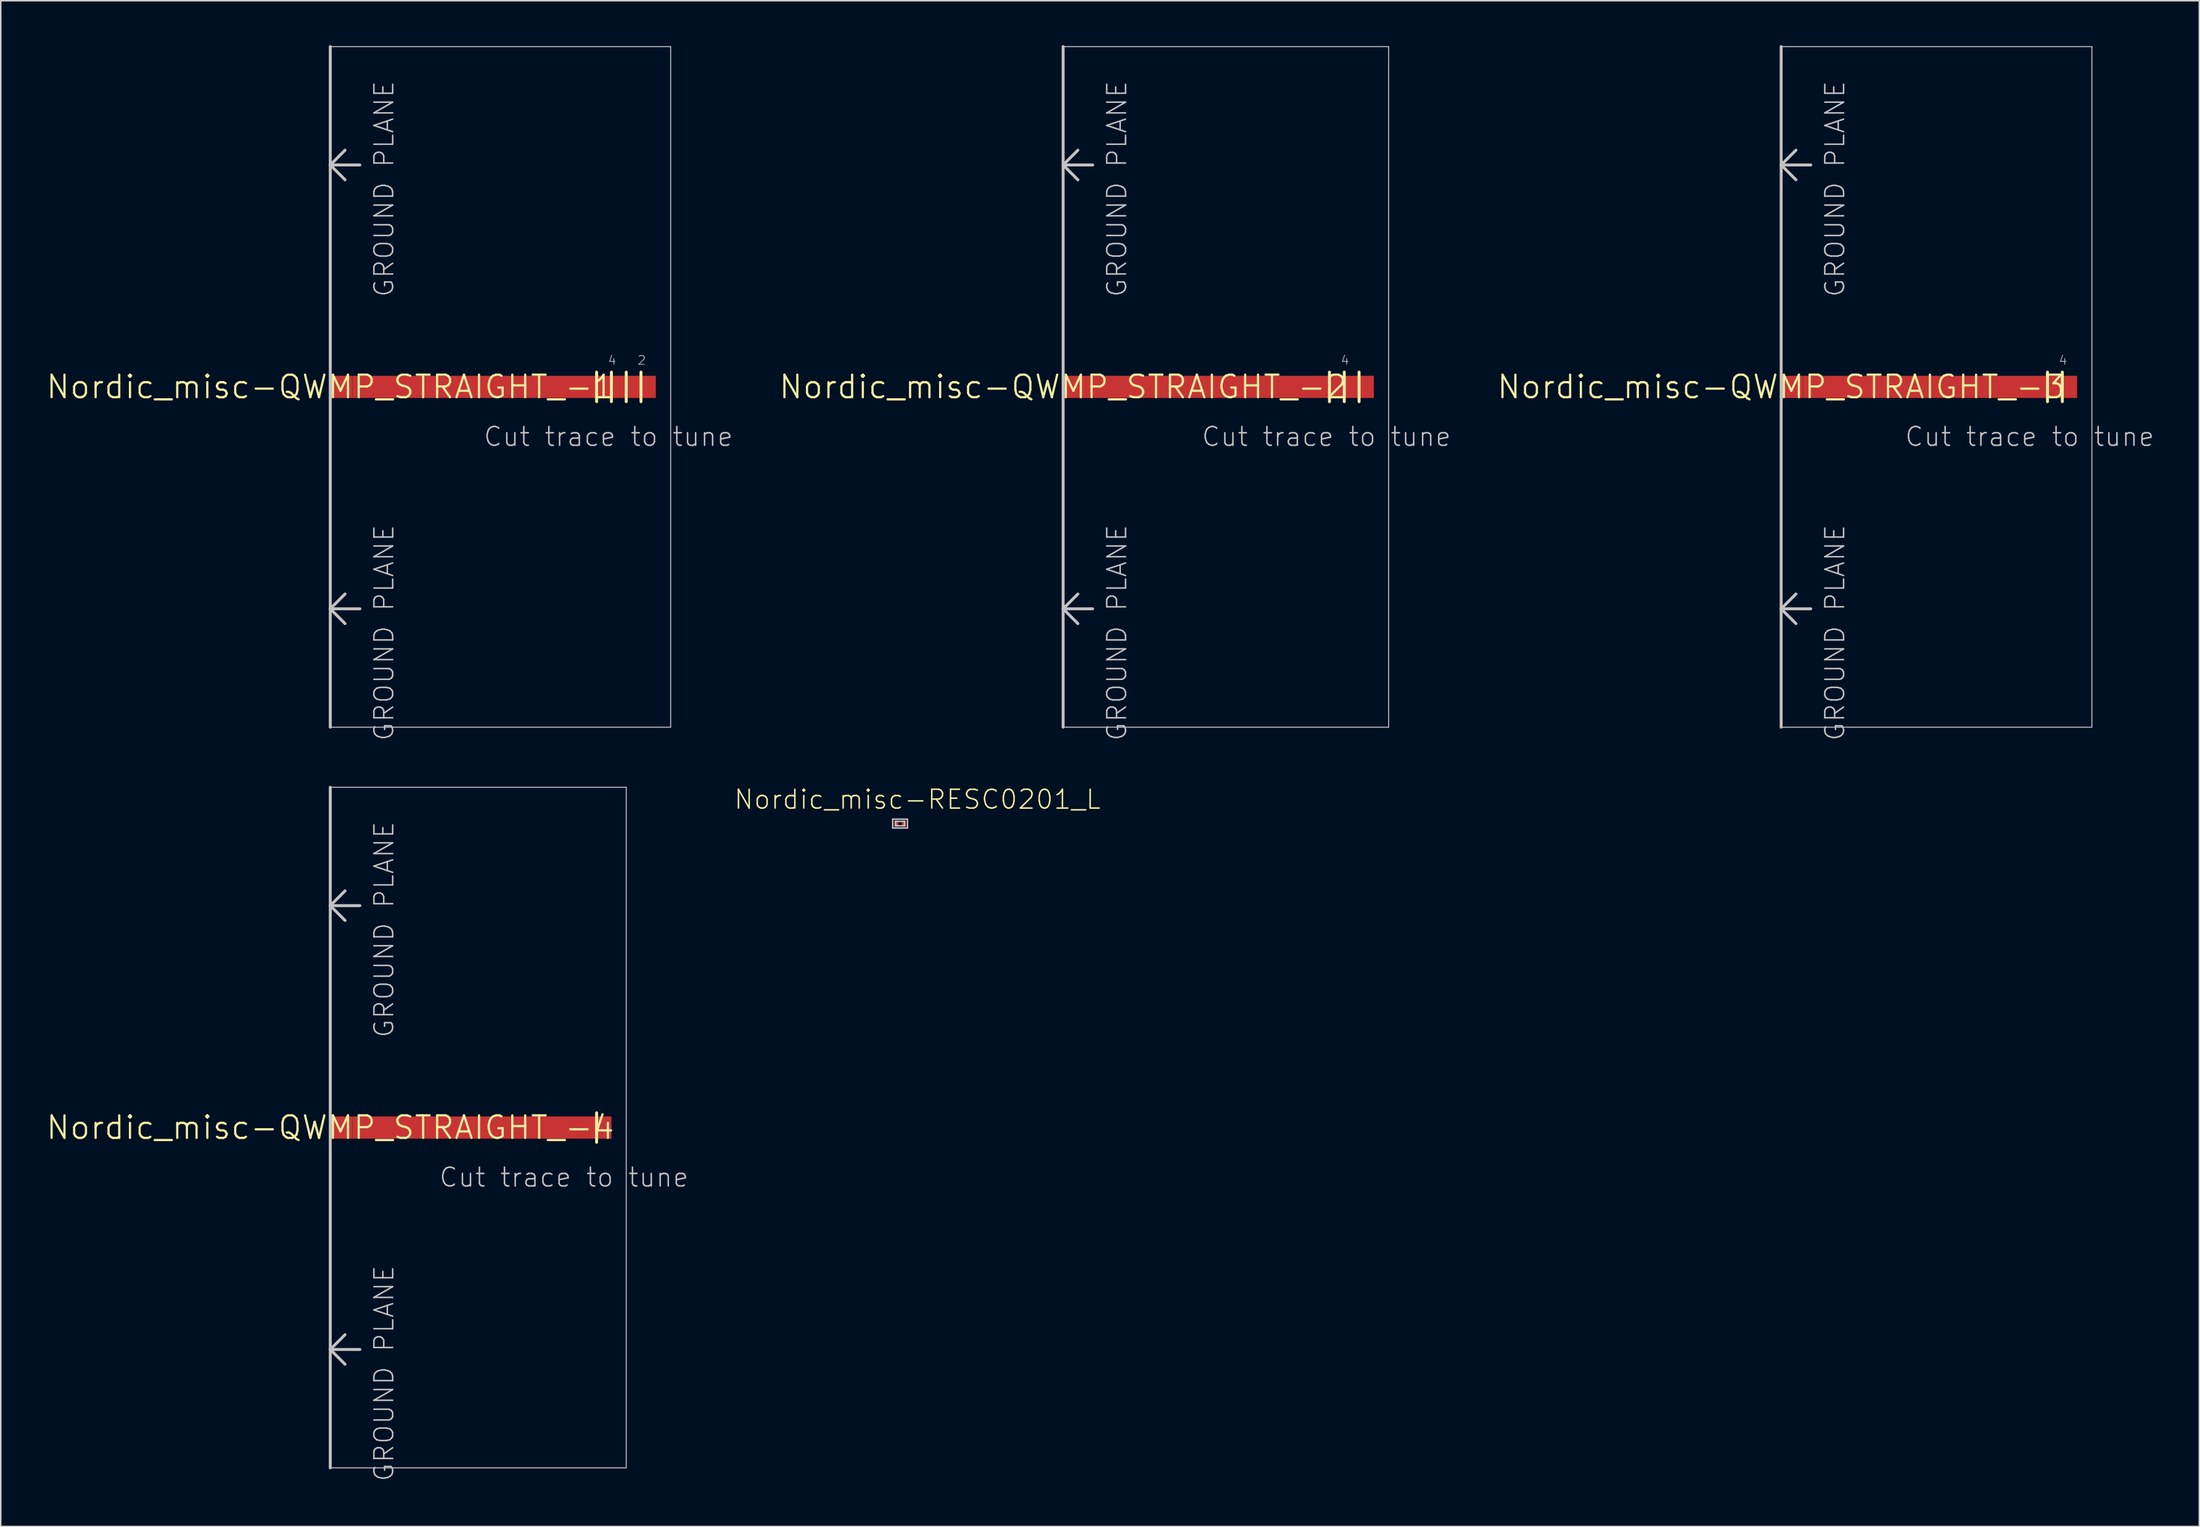
<source format=kicad_pcb>
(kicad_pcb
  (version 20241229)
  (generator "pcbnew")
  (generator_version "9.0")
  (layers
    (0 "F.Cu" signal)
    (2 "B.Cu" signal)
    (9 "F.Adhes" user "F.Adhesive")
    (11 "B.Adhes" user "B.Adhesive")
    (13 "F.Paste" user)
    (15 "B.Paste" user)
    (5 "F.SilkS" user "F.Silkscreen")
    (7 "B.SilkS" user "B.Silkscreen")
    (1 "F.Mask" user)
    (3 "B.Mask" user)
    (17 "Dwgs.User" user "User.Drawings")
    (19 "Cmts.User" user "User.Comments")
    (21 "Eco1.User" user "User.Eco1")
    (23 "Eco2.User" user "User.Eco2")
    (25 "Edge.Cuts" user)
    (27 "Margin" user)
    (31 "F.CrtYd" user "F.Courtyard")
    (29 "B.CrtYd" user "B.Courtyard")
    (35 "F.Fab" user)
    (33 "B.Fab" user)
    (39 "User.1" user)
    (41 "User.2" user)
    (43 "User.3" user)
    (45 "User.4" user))
  (footprint "Nordic_misc-QWMP_STRAIGHT_-4"
    (layer "F.Cu")
    (at 19.268 73.16)
    (property "Reference" "Nordic_misc-QWMP_STRAIGHT_-4" (at 0 0 0) (layer "F.SilkS") (effects (font (size 1.524 1.524) (thickness 0.15))))
    (attr smd)
    (fp_poly (pts (xy 1.499 0.749) (xy 18.999 0.749) (xy 18.999 -0.749) (xy 1.499 -0.749) (xy 1.499 0.749)) (stroke (width 0) (type solid)) (fill yes) (layer "F.Cu"))
    (fp_line (start 17.998 -0.998) (end 17.998 0.998) (stroke (width 0.198) (type solid)) (layer "F.SilkS"))
    (fp_line (start 0 -23) (end 20 -23) (stroke (width 0.066) (type solid)) (layer "Dwgs.User"))
    (fp_line (start 0 -14.999) (end 0 -23) (stroke (width 0.198) (type solid)) (layer "Dwgs.User"))
    (fp_line (start 0 -14.999) (end 0.998 -15.999) (stroke (width 0.198) (type solid)) (layer "Dwgs.User"))
    (fp_line (start 0 -14.999) (end 0.998 -13.998) (stroke (width 0.198) (type solid)) (layer "Dwgs.User"))
    (fp_line (start 0 -14.999) (end 1.999 -14.999) (stroke (width 0.198) (type solid)) (layer "Dwgs.User"))
    (fp_line (start 0 14.999) (end 0 -14.999) (stroke (width 0.198) (type solid)) (layer "Dwgs.User"))
    (fp_line (start 0 14.999) (end 0.998 13.998) (stroke (width 0.198) (type solid)) (layer "Dwgs.User"))
    (fp_line (start 0 14.999) (end 0.998 15.999) (stroke (width 0.198) (type solid)) (layer "Dwgs.User"))
    (fp_line (start 0 14.999) (end 1.999 14.999) (stroke (width 0.198) (type solid)) (layer "Dwgs.User"))
    (fp_line (start 0 23) (end 0 -23) (stroke (width 0.066) (type solid)) (layer "Dwgs.User"))
    (fp_line (start 0 23) (end 0 14.999) (stroke (width 0.198) (type solid)) (layer "Dwgs.User"))
    (fp_line (start 0 23) (end 20 23) (stroke (width 0.066) (type solid)) (layer "Dwgs.User"))
    (fp_line (start 20 23) (end 20 -23) (stroke (width 0.066) (type solid)) (layer "Dwgs.User"))
    (fp_text user "GROUND PLANE" (at 3.635 -13.378 270) (layer "Dwgs.User") (effects (font (size 1.27 1.27) (thickness 0.102))))
    (fp_text user "Cut trace to tune" (at 15.794 3.363 0) (layer "Dwgs.User") (effects (font (size 1.27 1.27) (thickness 0.102))))
    (fp_text user "GROUND PLANE" (at 3.635 16.619 270) (layer "Dwgs.User") (effects (font (size 1.27 1.27) (thickness 0.102))))
    (pad "P$1" smd rect (at 0.749 0) (size 1.499 1.499) (layers "F.Cu" "F.Mask" "F.Paste")))
  (footprint "Nordic_misc-QWMP_STRAIGHT_-2"
    (layer "F.Cu")
    (at 68.791 23.099)
    (property "Reference" "Nordic_misc-QWMP_STRAIGHT_-2" (at 0 0 0) (layer "F.SilkS") (effects (font (size 1.524 1.524) (thickness 0.15))))
    (attr smd)
    (fp_poly (pts (xy 1.499 0.749) (xy 20.998 0.749) (xy 20.998 -0.749) (xy 1.499 -0.749) (xy 1.499 0.749)) (stroke (width 0) (type solid)) (fill yes) (layer "F.Cu"))
    (fp_line (start 17.998 -0.998) (end 17.998 0.998) (stroke (width 0.198) (type solid)) (layer "F.SilkS"))
    (fp_line (start 18.999 -0.998) (end 18.999 0.998) (stroke (width 0.198) (type solid)) (layer "F.SilkS"))
    (fp_line (start 20 -0.998) (end 20 0.998) (stroke (width 0.198) (type solid)) (layer "F.SilkS"))
    (fp_line (start 0 -23) (end 21.999 -23) (stroke (width 0.066) (type solid)) (layer "Dwgs.User"))
    (fp_line (start 0 -14.999) (end 0 -23) (stroke (width 0.198) (type solid)) (layer "Dwgs.User"))
    (fp_line (start 0 -14.999) (end 0.998 -15.999) (stroke (width 0.198) (type solid)) (layer "Dwgs.User"))
    (fp_line (start 0 -14.999) (end 0.998 -13.998) (stroke (width 0.198) (type solid)) (layer "Dwgs.User"))
    (fp_line (start 0 -14.999) (end 1.999 -14.999) (stroke (width 0.198) (type solid)) (layer "Dwgs.User"))
    (fp_line (start 0 14.999) (end 0 -14.999) (stroke (width 0.198) (type solid)) (layer "Dwgs.User"))
    (fp_line (start 0 14.999) (end 0.998 13.998) (stroke (width 0.198) (type solid)) (layer "Dwgs.User"))
    (fp_line (start 0 14.999) (end 0.998 15.999) (stroke (width 0.198) (type solid)) (layer "Dwgs.User"))
    (fp_line (start 0 14.999) (end 1.999 14.999) (stroke (width 0.198) (type solid)) (layer "Dwgs.User"))
    (fp_line (start 0 23) (end 0 -23) (stroke (width 0.066) (type solid)) (layer "Dwgs.User"))
    (fp_line (start 0 23) (end 0 14.999) (stroke (width 0.198) (type solid)) (layer "Dwgs.User"))
    (fp_line (start 0 23) (end 21.999 23) (stroke (width 0.066) (type solid)) (layer "Dwgs.User"))
    (fp_line (start 21.999 23) (end 21.999 -23) (stroke (width 0.066) (type solid)) (layer "Dwgs.User"))
    (fp_text user "GROUND PLANE" (at 3.635 -13.378 270) (layer "Dwgs.User") (effects (font (size 1.27 1.27) (thickness 0.102))))
    (fp_text user "4" (at 19.05 -1.798 0) (layer "Dwgs.User") (effects (font (size 0.599 0.599) (thickness 0.051))))
    (fp_text user "GROUND PLANE" (at 3.635 16.619 270) (layer "Dwgs.User") (effects (font (size 1.27 1.27) (thickness 0.102))))
    (fp_text user "Cut trace to tune" (at 17.793 3.363 0) (layer "Dwgs.User") (effects (font (size 1.27 1.27) (thickness 0.102))))
    (pad "P$1" smd rect (at 0.749 0) (size 1.499 1.499) (layers "F.Cu" "F.Mask" "F.Paste")))
  (footprint "Nordic_misc-QWMP_STRAIGHT_-3"
    (layer "F.Cu")
    (at 117.313 23.099)
    (property "Reference" "Nordic_misc-QWMP_STRAIGHT_-3" (at 0 0 0) (layer "F.SilkS") (effects (font (size 1.524 1.524) (thickness 0.15))))
    (attr smd)
    (fp_poly (pts (xy 1.499 0.749) (xy 20 0.749) (xy 20 -0.749) (xy 1.499 -0.749) (xy 1.499 0.749)) (stroke (width 0) (type solid)) (fill yes) (layer "F.Cu"))
    (fp_line (start 17.998 -0.998) (end 17.998 0.998) (stroke (width 0.198) (type solid)) (layer "F.SilkS"))
    (fp_line (start 18.999 -0.998) (end 18.999 0.998) (stroke (width 0.198) (type solid)) (layer "F.SilkS"))
    (fp_line (start 0 -23) (end 20.998 -23) (stroke (width 0.066) (type solid)) (layer "Dwgs.User"))
    (fp_line (start 0 -14.999) (end 0 -23) (stroke (width 0.198) (type solid)) (layer "Dwgs.User"))
    (fp_line (start 0 -14.999) (end 0.998 -15.999) (stroke (width 0.198) (type solid)) (layer "Dwgs.User"))
    (fp_line (start 0 -14.999) (end 0.998 -13.998) (stroke (width 0.198) (type solid)) (layer "Dwgs.User"))
    (fp_line (start 0 -14.999) (end 1.999 -14.999) (stroke (width 0.198) (type solid)) (layer "Dwgs.User"))
    (fp_line (start 0 14.999) (end 0 -14.999) (stroke (width 0.198) (type solid)) (layer "Dwgs.User"))
    (fp_line (start 0 14.999) (end 0.998 13.998) (stroke (width 0.198) (type solid)) (layer "Dwgs.User"))
    (fp_line (start 0 14.999) (end 0.998 15.999) (stroke (width 0.198) (type solid)) (layer "Dwgs.User"))
    (fp_line (start 0 14.999) (end 1.999 14.999) (stroke (width 0.198) (type solid)) (layer "Dwgs.User"))
    (fp_line (start 0 23) (end 0 -23) (stroke (width 0.066) (type solid)) (layer "Dwgs.User"))
    (fp_line (start 0 23) (end 0 14.999) (stroke (width 0.198) (type solid)) (layer "Dwgs.User"))
    (fp_line (start 0 23) (end 20.998 23) (stroke (width 0.066) (type solid)) (layer "Dwgs.User"))
    (fp_line (start 20.998 23) (end 20.998 -23) (stroke (width 0.066) (type solid)) (layer "Dwgs.User"))
    (fp_text user "Cut trace to tune" (at 16.794 3.363 0) (layer "Dwgs.User") (effects (font (size 1.27 1.27) (thickness 0.102))))
    (fp_text user "GROUND PLANE" (at 3.635 16.619 270) (layer "Dwgs.User") (effects (font (size 1.27 1.27) (thickness 0.102))))
    (fp_text user "GROUND PLANE" (at 3.635 -13.378 270) (layer "Dwgs.User") (effects (font (size 1.27 1.27) (thickness 0.102))))
    (fp_text user "4" (at 19.05 -1.798 0) (layer "Dwgs.User") (effects (font (size 0.599 0.599) (thickness 0.051))))
    (pad "P$1" smd rect (at 0.749 0) (size 1.499 1.499) (layers "F.Cu" "F.Mask" "F.Paste")))
  (footprint "Nordic_misc-RESC0201_L"
    (layer "F.Cu")
    (at 57.773 52.615)
    (property "Reference" "Nordic_misc-RESC0201_L" (at 1.173 -1.633 0) (layer "F.SilkS") (effects (font (size 1.27 1.27) (thickness 0.102))))
    (attr smd)
    (fp_line (start -0.498 -0.3) (end -0.498 0.3) (stroke (width 0.099) (type solid)) (layer "Dwgs.User"))
    (fp_line (start -0.498 0.3) (end 0.498 0.3) (stroke (width 0.099) (type solid)) (layer "Dwgs.User"))
    (fp_line (start -0.3 -0.15) (end -0.3 0.15) (stroke (width 0.099) (type solid)) (layer "Dwgs.User"))
    (fp_line (start -0.3 0.15) (end 0.3 0.15) (stroke (width 0.099) (type solid)) (layer "Dwgs.User"))
    (fp_line (start 0.3 -0.15) (end -0.3 -0.15) (stroke (width 0.099) (type solid)) (layer "Dwgs.User"))
    (fp_line (start 0.3 0.15) (end 0.3 -0.15) (stroke (width 0.099) (type solid)) (layer "Dwgs.User"))
    (fp_line (start 0.498 -0.3) (end -0.498 -0.3) (stroke (width 0.099) (type solid)) (layer "Dwgs.User"))
    (fp_line (start 0.498 0.3) (end 0.498 -0.3) (stroke (width 0.099) (type solid)) (layer "Dwgs.User"))
    (pad "1" smd rect (at -0.254 0) (size 0.279 0.429) (layers "F.Cu" "F.Mask" "F.Paste"))
    (pad "2" smd rect (at 0.254 0) (size 0.279 0.429) (layers "F.Cu" "F.Mask" "F.Paste")))
  (footprint "Nordic_misc-QWMP_STRAIGHT_-1"
    (layer "F.Cu")
    (at 19.268 23.099)
    (property "Reference" "Nordic_misc-QWMP_STRAIGHT_-1" (at 0 0 0) (layer "F.SilkS") (effects (font (size 1.524 1.524) (thickness 0.15))))
    (attr smd)
    (fp_poly (pts (xy 1.499 0.749) (xy 21.999 0.749) (xy 21.999 -0.749) (xy 1.499 -0.749) (xy 1.499 0.749)) (stroke (width 0) (type solid)) (fill yes) (layer "F.Cu"))
    (fp_line (start 17.998 -0.998) (end 17.998 0.998) (stroke (width 0.198) (type solid)) (layer "F.SilkS"))
    (fp_line (start 18.999 -0.998) (end 18.999 0.998) (stroke (width 0.198) (type solid)) (layer "F.SilkS"))
    (fp_line (start 20 -0.998) (end 20 0.998) (stroke (width 0.198) (type solid)) (layer "F.SilkS"))
    (fp_line (start 20.998 -0.998) (end 20.998 0.998) (stroke (width 0.198) (type solid)) (layer "F.SilkS"))
    (fp_line (start 0 -23) (end 23 -23) (stroke (width 0.066) (type solid)) (layer "Dwgs.User"))
    (fp_line (start 0 -14.999) (end 0 -23) (stroke (width 0.198) (type solid)) (layer "Dwgs.User"))
    (fp_line (start 0 -14.999) (end 0.998 -15.999) (stroke (width 0.198) (type solid)) (layer "Dwgs.User"))
    (fp_line (start 0 -14.999) (end 0.998 -13.998) (stroke (width 0.198) (type solid)) (layer "Dwgs.User"))
    (fp_line (start 0 -14.999) (end 1.999 -14.999) (stroke (width 0.198) (type solid)) (layer "Dwgs.User"))
    (fp_line (start 0 14.999) (end 0 -14.999) (stroke (width 0.198) (type solid)) (layer "Dwgs.User"))
    (fp_line (start 0 14.999) (end 0.998 13.998) (stroke (width 0.198) (type solid)) (layer "Dwgs.User"))
    (fp_line (start 0 14.999) (end 0.998 15.999) (stroke (width 0.198) (type solid)) (layer "Dwgs.User"))
    (fp_line (start 0 14.999) (end 1.999 14.999) (stroke (width 0.198) (type solid)) (layer "Dwgs.User"))
    (fp_line (start 0 23) (end 0 -23) (stroke (width 0.066) (type solid)) (layer "Dwgs.User"))
    (fp_line (start 0 23) (end 0 14.999) (stroke (width 0.198) (type solid)) (layer "Dwgs.User"))
    (fp_line (start 0 23) (end 23 23) (stroke (width 0.066) (type solid)) (layer "Dwgs.User"))
    (fp_line (start 23 23) (end 23 -23) (stroke (width 0.066) (type solid)) (layer "Dwgs.User"))
    (fp_text user "Cut trace to tune" (at 18.793 3.363 0) (layer "Dwgs.User") (effects (font (size 1.27 1.27) (thickness 0.102))))
    (fp_text user "4" (at 19.05 -1.798 0) (layer "Dwgs.User") (effects (font (size 0.599 0.599) (thickness 0.051))))
    (fp_text user "2" (at 21.049 -1.798 0) (layer "Dwgs.User") (effects (font (size 0.599 0.599) (thickness 0.051))))
    (fp_text user "GROUND PLANE" (at 3.635 -13.378 270) (layer "Dwgs.User") (effects (font (size 1.27 1.27) (thickness 0.102))))
    (fp_text user "GROUND PLANE" (at 3.635 16.619 270) (layer "Dwgs.User") (effects (font (size 1.27 1.27) (thickness 0.102))))
    (pad "P$1" smd rect (at 0.749 0) (size 1.499 1.499) (layers "F.Cu" "F.Mask" "F.Paste")))
  (gr_rect
    (start -3 -3)
    (end 145.569 100.122)
    (stroke (width 0.1) (type default))
    (fill no)
    (layer "Edge.Cuts")))
</source>
